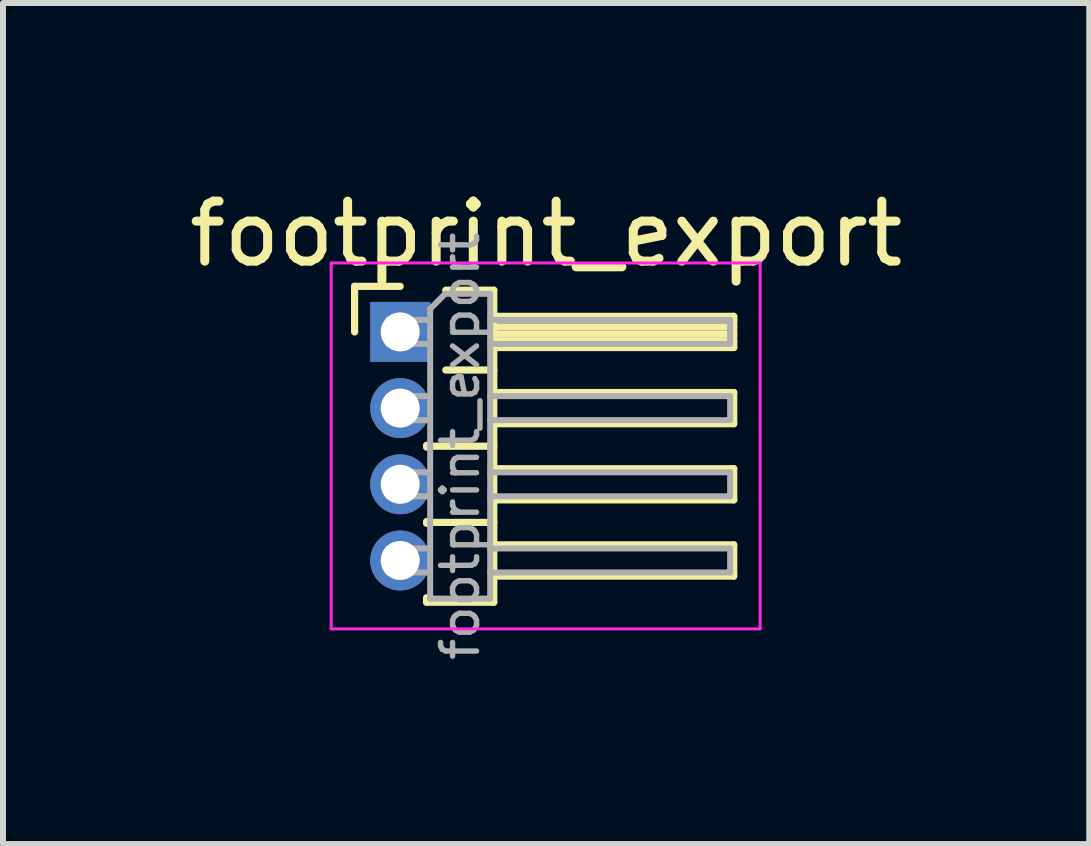
<source format=kicad_pcb>
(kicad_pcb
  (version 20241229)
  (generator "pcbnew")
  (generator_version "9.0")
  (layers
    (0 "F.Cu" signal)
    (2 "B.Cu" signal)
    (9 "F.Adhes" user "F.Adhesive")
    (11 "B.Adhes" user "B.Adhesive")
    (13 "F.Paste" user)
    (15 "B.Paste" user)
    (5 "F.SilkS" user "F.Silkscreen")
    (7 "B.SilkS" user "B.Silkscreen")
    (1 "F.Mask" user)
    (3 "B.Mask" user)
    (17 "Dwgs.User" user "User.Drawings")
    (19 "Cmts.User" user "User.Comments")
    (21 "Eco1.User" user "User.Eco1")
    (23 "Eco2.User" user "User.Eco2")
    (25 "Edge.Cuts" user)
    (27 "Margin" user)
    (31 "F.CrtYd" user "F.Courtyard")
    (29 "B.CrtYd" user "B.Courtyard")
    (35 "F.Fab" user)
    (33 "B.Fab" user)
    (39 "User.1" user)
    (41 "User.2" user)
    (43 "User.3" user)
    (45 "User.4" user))
  (footprint "footprint_export"
    (layer "F.Cu")
    (at 3.621 2.483)
    (property "Reference" "footprint_export" (at 2.433 -1.635 0) (layer "F.SilkS") (effects (font (size 1 1) (thickness 0.15))))
    (attr through_hole)
    (fp_line (start -0.76 -0.76) (end 0 -0.76) (stroke (width 0.12) (type solid)) (layer "F.SilkS"))
    (fp_line (start -0.76 0) (end -0.76 -0.76) (stroke (width 0.12) (type solid)) (layer "F.SilkS"))
    (fp_line (start 0.44 1.89) (end 0.44 1.92) (stroke (width 0.12) (type solid)) (layer "F.SilkS"))
    (fp_line (start 0.44 1.905) (end 1.56 1.905) (stroke (width 0.12) (type solid)) (layer "F.SilkS"))
    (fp_line (start 0.44 3.16) (end 0.44 3.19) (stroke (width 0.12) (type solid)) (layer "F.SilkS"))
    (fp_line (start 0.44 3.175) (end 1.56 3.175) (stroke (width 0.12) (type solid)) (layer "F.SilkS"))
    (fp_line (start 0.44 4.505) (end 0.44 4.43) (stroke (width 0.12) (type solid)) (layer "F.SilkS"))
    (fp_line (start 0.76 -0.695) (end 1.56 -0.695) (stroke (width 0.12) (type solid)) (layer "F.SilkS"))
    (fp_line (start 0.76 0.635) (end 1.56 0.635) (stroke (width 0.12) (type solid)) (layer "F.SilkS"))
    (fp_line (start 1.56 -0.695) (end 1.56 4.505) (stroke (width 0.12) (type solid)) (layer "F.SilkS"))
    (fp_line (start 1.56 -0.26) (end 5.56 -0.26) (stroke (width 0.12) (type solid)) (layer "F.SilkS"))
    (fp_line (start 1.56 -0.2) (end 5.56 -0.2) (stroke (width 0.12) (type solid)) (layer "F.SilkS"))
    (fp_line (start 1.56 -0.08) (end 5.56 -0.08) (stroke (width 0.12) (type solid)) (layer "F.SilkS"))
    (fp_line (start 1.56 0.04) (end 5.56 0.04) (stroke (width 0.12) (type solid)) (layer "F.SilkS"))
    (fp_line (start 1.56 0.16) (end 5.56 0.16) (stroke (width 0.12) (type solid)) (layer "F.SilkS"))
    (fp_line (start 1.56 1.01) (end 5.56 1.01) (stroke (width 0.12) (type solid)) (layer "F.SilkS"))
    (fp_line (start 1.56 2.28) (end 5.56 2.28) (stroke (width 0.12) (type solid)) (layer "F.SilkS"))
    (fp_line (start 1.56 3.55) (end 5.56 3.55) (stroke (width 0.12) (type solid)) (layer "F.SilkS"))
    (fp_line (start 1.56 4.505) (end 0.44 4.505) (stroke (width 0.12) (type solid)) (layer "F.SilkS"))
    (fp_line (start 5.56 -0.26) (end 5.56 0.26) (stroke (width 0.12) (type solid)) (layer "F.SilkS"))
    (fp_line (start 5.56 0.26) (end 1.56 0.26) (stroke (width 0.12) (type solid)) (layer "F.SilkS"))
    (fp_line (start 5.56 1.01) (end 5.56 1.53) (stroke (width 0.12) (type solid)) (layer "F.SilkS"))
    (fp_line (start 5.56 1.53) (end 1.56 1.53) (stroke (width 0.12) (type solid)) (layer "F.SilkS"))
    (fp_line (start 5.56 2.28) (end 5.56 2.8) (stroke (width 0.12) (type solid)) (layer "F.SilkS"))
    (fp_line (start 5.56 2.8) (end 1.56 2.8) (stroke (width 0.12) (type solid)) (layer "F.SilkS"))
    (fp_line (start 5.56 3.55) (end 5.56 4.07) (stroke (width 0.12) (type solid)) (layer "F.SilkS"))
    (fp_line (start 5.56 4.07) (end 1.56 4.07) (stroke (width 0.12) (type solid)) (layer "F.SilkS"))
    (fp_line (start -1.15 -1.15) (end -1.15 4.95) (stroke (width 0.05) (type solid)) (layer "F.CrtYd"))
    (fp_line (start -1.15 4.95) (end 6 4.95) (stroke (width 0.05) (type solid)) (layer "F.CrtYd"))
    (fp_line (start 6 -1.15) (end -1.15 -1.15) (stroke (width 0.05) (type solid)) (layer "F.CrtYd"))
    (fp_line (start 6 4.95) (end 6 -1.15) (stroke (width 0.05) (type solid)) (layer "F.CrtYd"))
    (fp_line (start -0.2 -0.2) (end -0.2 0.2) (stroke (width 0.1) (type solid)) (layer "F.Fab"))
    (fp_line (start -0.2 -0.2) (end 0.5 -0.2) (stroke (width 0.1) (type solid)) (layer "F.Fab"))
    (fp_line (start -0.2 0.2) (end 0.5 0.2) (stroke (width 0.1) (type solid)) (layer "F.Fab"))
    (fp_line (start -0.2 1.07) (end -0.2 1.47) (stroke (width 0.1) (type solid)) (layer "F.Fab"))
    (fp_line (start -0.2 1.07) (end 0.5 1.07) (stroke (width 0.1) (type solid)) (layer "F.Fab"))
    (fp_line (start -0.2 1.47) (end 0.5 1.47) (stroke (width 0.1) (type solid)) (layer "F.Fab"))
    (fp_line (start -0.2 2.34) (end -0.2 2.74) (stroke (width 0.1) (type solid)) (layer "F.Fab"))
    (fp_line (start -0.2 2.34) (end 0.5 2.34) (stroke (width 0.1) (type solid)) (layer "F.Fab"))
    (fp_line (start -0.2 2.74) (end 0.5 2.74) (stroke (width 0.1) (type solid)) (layer "F.Fab"))
    (fp_line (start -0.2 3.61) (end -0.2 4.01) (stroke (width 0.1) (type solid)) (layer "F.Fab"))
    (fp_line (start -0.2 3.61) (end 0.5 3.61) (stroke (width 0.1) (type solid)) (layer "F.Fab"))
    (fp_line (start -0.2 4.01) (end 0.5 4.01) (stroke (width 0.1) (type solid)) (layer "F.Fab"))
    (fp_line (start 0.5 -0.385) (end 0.75 -0.635) (stroke (width 0.1) (type solid)) (layer "F.Fab"))
    (fp_line (start 0.5 4.445) (end 0.5 -0.385) (stroke (width 0.1) (type solid)) (layer "F.Fab"))
    (fp_line (start 0.75 -0.635) (end 1.5 -0.635) (stroke (width 0.1) (type solid)) (layer "F.Fab"))
    (fp_line (start 1.5 -0.635) (end 1.5 4.445) (stroke (width 0.1) (type solid)) (layer "F.Fab"))
    (fp_line (start 1.5 -0.2) (end 5.5 -0.2) (stroke (width 0.1) (type solid)) (layer "F.Fab"))
    (fp_line (start 1.5 0.2) (end 5.5 0.2) (stroke (width 0.1) (type solid)) (layer "F.Fab"))
    (fp_line (start 1.5 1.07) (end 5.5 1.07) (stroke (width 0.1) (type solid)) (layer "F.Fab"))
    (fp_line (start 1.5 1.47) (end 5.5 1.47) (stroke (width 0.1) (type solid)) (layer "F.Fab"))
    (fp_line (start 1.5 2.34) (end 5.5 2.34) (stroke (width 0.1) (type solid)) (layer "F.Fab"))
    (fp_line (start 1.5 2.74) (end 5.5 2.74) (stroke (width 0.1) (type solid)) (layer "F.Fab"))
    (fp_line (start 1.5 3.61) (end 5.5 3.61) (stroke (width 0.1) (type solid)) (layer "F.Fab"))
    (fp_line (start 1.5 4.01) (end 5.5 4.01) (stroke (width 0.1) (type solid)) (layer "F.Fab"))
    (fp_line (start 1.5 4.445) (end 0.5 4.445) (stroke (width 0.1) (type solid)) (layer "F.Fab"))
    (fp_line (start 5.5 -0.2) (end 5.5 0.2) (stroke (width 0.1) (type solid)) (layer "F.Fab"))
    (fp_line (start 5.5 1.07) (end 5.5 1.47) (stroke (width 0.1) (type solid)) (layer "F.Fab"))
    (fp_line (start 5.5 2.34) (end 5.5 2.74) (stroke (width 0.1) (type solid)) (layer "F.Fab"))
    (fp_line (start 5.5 3.61) (end 5.5 4.01) (stroke (width 0.1) (type solid)) (layer "F.Fab"))
    (fp_text user "${REFERENCE}" (at 1 1.905 90) (layer "F.Fab") (effects (font (size 0.6 0.6) (thickness 0.09))))
    (pad "1" thru_hole rect (at 0 0) (size 1 1) (drill 0.65) (layers "*.Cu" "*.Mask"))
    (pad "2" thru_hole oval (at 0 1.27) (size 1 1) (drill 0.65) (layers "*.Cu" "*.Mask"))
    (pad "3" thru_hole oval (at 0 2.54) (size 1 1) (drill 0.65) (layers "*.Cu" "*.Mask"))
    (pad "4" thru_hole oval (at 0 3.81) (size 1 1) (drill 0.65) (layers "*.Cu" "*.Mask")))
  (gr_rect
    (start -3 -3)
    (end 15.107 11.02)
    (stroke (width 0.1) (type default))
    (fill no)
    (layer "Edge.Cuts")))
</source>
